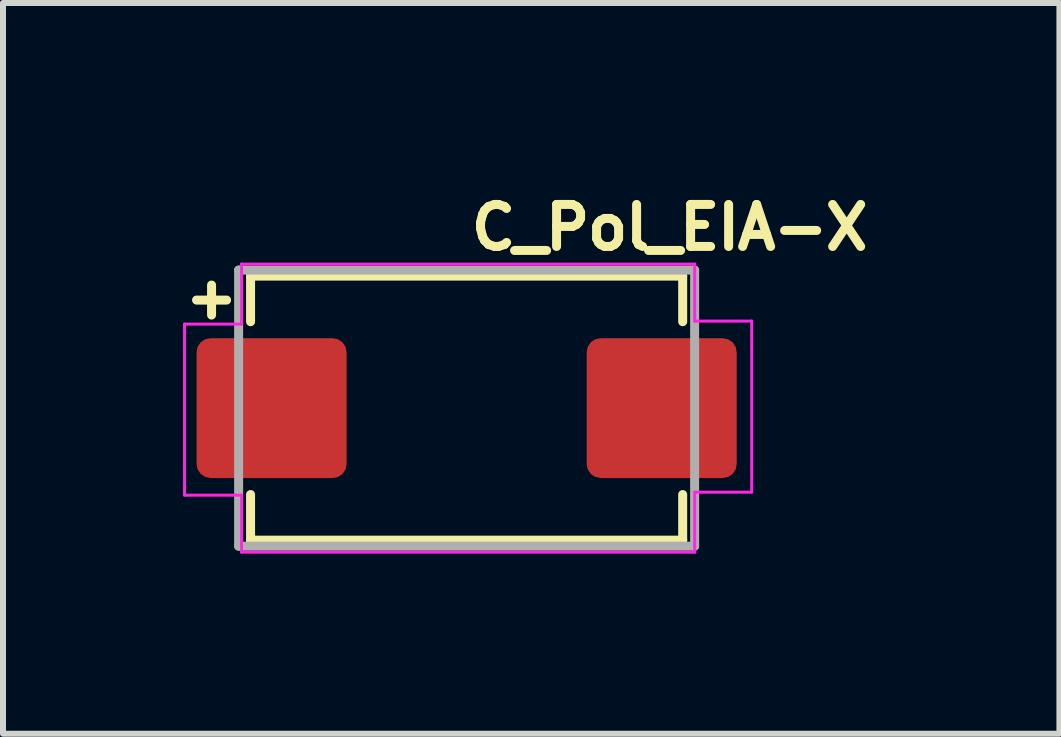
<source format=kicad_pcb>
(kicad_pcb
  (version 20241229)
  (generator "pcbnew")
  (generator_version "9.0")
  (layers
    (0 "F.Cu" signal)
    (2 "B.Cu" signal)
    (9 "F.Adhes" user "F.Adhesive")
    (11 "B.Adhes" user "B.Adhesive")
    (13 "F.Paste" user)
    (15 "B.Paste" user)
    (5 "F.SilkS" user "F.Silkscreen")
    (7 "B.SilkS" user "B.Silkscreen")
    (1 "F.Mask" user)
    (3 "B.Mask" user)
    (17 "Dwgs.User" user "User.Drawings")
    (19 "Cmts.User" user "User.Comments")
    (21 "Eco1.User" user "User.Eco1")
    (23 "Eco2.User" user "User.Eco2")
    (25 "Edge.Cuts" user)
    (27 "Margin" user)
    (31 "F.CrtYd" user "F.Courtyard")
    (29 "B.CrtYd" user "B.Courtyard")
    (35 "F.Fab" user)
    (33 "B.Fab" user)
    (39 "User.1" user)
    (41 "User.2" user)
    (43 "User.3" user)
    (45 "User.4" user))
  (footprint "C_Pol_EIA-X"
    (layer "F.Cu")
    (at 4.725 3.75)
    (property "Reference" "C_Pol_EIA-X" (at 0 -2.6 0) (layer "F.SilkS") (effects (font (size 0.7 0.7) (thickness 0.15)) (justify left bottom)))
    (attr smd)
    (fp_line (start -4.5 -1.8) (end -4 -1.8) (stroke (width 0.15) (type solid)) (layer "F.SilkS"))
    (fp_line (start -4.25 -2.05) (end -4.25 -1.551) (stroke (width 0.15) (type solid)) (layer "F.SilkS"))
    (fp_line (start -3.6 -2.2) (end 3.6 -2.2) (stroke (width 0.15) (type solid)) (layer "F.SilkS"))
    (fp_line (start -3.6 -1.44) (end -3.6 -2.2) (stroke (width 0.15) (type solid)) (layer "F.SilkS"))
    (fp_line (start -3.6 2.2) (end -3.6 1.44) (stroke (width 0.15) (type solid)) (layer "F.SilkS"))
    (fp_line (start -3.6 2.2) (end 3.6 2.2) (stroke (width 0.15) (type solid)) (layer "F.SilkS"))
    (fp_line (start 3.6 -1.44) (end 3.6 -2.2) (stroke (width 0.15) (type solid)) (layer "F.SilkS"))
    (fp_line (start 3.6 2.2) (end 3.6 1.44) (stroke (width 0.15) (type solid)) (layer "F.SilkS"))
    (fp_line (start -4.7 -1.4) (end -4.7 1.45) (stroke (width 0.05) (type solid)) (layer "F.CrtYd"))
    (fp_line (start -4.7 -1.4) (end -3.75 -1.4) (stroke (width 0.05) (type solid)) (layer "F.CrtYd"))
    (fp_line (start -3.75 -2.4) (end -3.75 -1.4) (stroke (width 0.05) (type solid)) (layer "F.CrtYd"))
    (fp_line (start -3.75 -2.4) (end 3.8 -2.4) (stroke (width 0.05) (type solid)) (layer "F.CrtYd"))
    (fp_line (start -3.75 1.45) (end -4.7 1.45) (stroke (width 0.05) (type solid)) (layer "F.CrtYd"))
    (fp_line (start -3.75 1.45) (end -3.75 2.4) (stroke (width 0.05) (type solid)) (layer "F.CrtYd"))
    (fp_line (start -3.75 2.4) (end 3.8 2.4) (stroke (width 0.05) (type solid)) (layer "F.CrtYd"))
    (fp_line (start 3.8 -1.45) (end 3.8 -2.4) (stroke (width 0.05) (type solid)) (layer "F.CrtYd"))
    (fp_line (start 3.8 -1.45) (end 4.75 -1.45) (stroke (width 0.05) (type solid)) (layer "F.CrtYd"))
    (fp_line (start 3.8 2.4) (end 3.8 1.4) (stroke (width 0.05) (type solid)) (layer "F.CrtYd"))
    (fp_line (start 4.75 1.4) (end 3.8 1.4) (stroke (width 0.05) (type solid)) (layer "F.CrtYd"))
    (fp_line (start 4.75 1.4) (end 4.75 -1.45) (stroke (width 0.05) (type solid)) (layer "F.CrtYd"))
    (fp_line (start -3.799 -2.3) (end 3.799 -2.3) (stroke (width 0.15) (type solid)) (layer "F.Fab"))
    (fp_line (start -3.799 2.3) (end -3.799 -2.3) (stroke (width 0.15) (type solid)) (layer "F.Fab"))
    (fp_line (start 3.799 -2.3) (end 3.799 2.3) (stroke (width 0.15) (type solid)) (layer "F.Fab"))
    (fp_line (start 3.799 2.3) (end -3.799 2.3) (stroke (width 0.15) (type solid)) (layer "F.Fab"))
    (fp_rect (start -3.65 -2.149) (end 3.65 2.149) (stroke (width 0.1) (type solid)) (fill no) (layer "User.5"))
    (fp_line (start -3.65 -1.2) (end -3.549 -1.2) (stroke (width 0.02) (type solid)) (layer "User.9"))
    (fp_line (start -3.65 -0.5) (end -3.65 -1.2) (stroke (width 0.02) (type solid)) (layer "User.9"))
    (fp_line (start -3.65 -0.5) (end -3.65 0.5) (stroke (width 0.02) (type solid)) (layer "User.9"))
    (fp_line (start -3.65 0.5) (end -3.549 0.5) (stroke (width 0.02) (type solid)) (layer "User.9"))
    (fp_line (start -3.65 1.05) (end -3.65 0.5) (stroke (width 0.02) (type solid)) (layer "User.9"))
    (fp_line (start -3.549 -1.2) (end -3.52 -1.2) (stroke (width 0.02) (type solid)) (layer "User.9"))
    (fp_line (start -3.549 -0.5) (end -3.65 -0.5) (stroke (width 0.02) (type solid)) (layer "User.9"))
    (fp_line (start -3.549 1.05) (end -3.65 1.05) (stroke (width 0.02) (type solid)) (layer "User.9"))
    (fp_line (start -3.52 -1.2) (end -3.519 -1.2) (stroke (width 0.02) (type solid)) (layer "User.9"))
    (fp_line (start -3.52 -0.5) (end -3.549 -0.5) (stroke (width 0.02) (type solid)) (layer "User.9"))
    (fp_line (start -3.52 -0.5) (end -3.52 -1.2) (stroke (width 0.02) (type solid)) (layer "User.9"))
    (fp_line (start -3.52 -0.5) (end -3.519 -0.5) (stroke (width 0.02) (type solid)) (layer "User.9"))
    (fp_line (start -3.52 0.5) (end -3.549 0.5) (stroke (width 0.02) (type solid)) (layer "User.9"))
    (fp_line (start -3.52 0.5) (end -3.52 -0.5) (stroke (width 0.02) (type solid)) (layer "User.9"))
    (fp_line (start -3.52 1.05) (end -3.549 1.05) (stroke (width 0.02) (type solid)) (layer "User.9"))
    (fp_line (start -3.52 1.05) (end -3.52 0.5) (stroke (width 0.02) (type solid)) (layer "User.9"))
    (fp_line (start -3.519 -2.105) (end -3.519 -2.102) (stroke (width 0.02) (type solid)) (layer "User.9"))
    (fp_line (start -3.519 -2.102) (end -3.519 -2.099) (stroke (width 0.02) (type solid)) (layer "User.9"))
    (fp_line (start -3.519 0.5) (end -3.52 0.5) (stroke (width 0.02) (type solid)) (layer "User.9"))
    (fp_line (start -3.519 1.05) (end -3.52 1.05) (stroke (width 0.02) (type solid)) (layer "User.9"))
    (fp_line (start -3.519 2.099) (end -3.519 -2.099) (stroke (width 0.02) (type solid)) (layer "User.9"))
    (fp_line (start -3.519 2.099) (end -3.519 2.102) (stroke (width 0.02) (type solid)) (layer "User.9"))
    (fp_line (start -3.519 2.102) (end -3.519 2.105) (stroke (width 0.02) (type solid)) (layer "User.9"))
    (fp_line (start -3.519 2.105) (end -3.518 2.108) (stroke (width 0.02) (type solid)) (layer "User.9"))
    (fp_line (start -3.518 -2.111) (end -3.518 -2.108) (stroke (width 0.02) (type solid)) (layer "User.9"))
    (fp_line (start -3.518 -2.108) (end -3.519 -2.105) (stroke (width 0.02) (type solid)) (layer "User.9"))
    (fp_line (start -3.518 -2.108) (end -3.518 -2.105) (stroke (width 0.02) (type solid)) (layer "User.9"))
    (fp_line (start -3.518 -2.105) (end -3.518 -2.102) (stroke (width 0.02) (type solid)) (layer "User.9"))
    (fp_line (start -3.518 -2.102) (end -3.518 -2.099) (stroke (width 0.02) (type solid)) (layer "User.9"))
    (fp_line (start -3.518 2.099) (end -3.518 2.102) (stroke (width 0.02) (type solid)) (layer "User.9"))
    (fp_line (start -3.518 2.102) (end -3.518 2.105) (stroke (width 0.02) (type solid)) (layer "User.9"))
    (fp_line (start -3.518 2.105) (end -3.518 2.108) (stroke (width 0.02) (type solid)) (layer "User.9"))
    (fp_line (start -3.518 2.108) (end -3.518 2.111) (stroke (width 0.02) (type solid)) (layer "User.9"))
    (fp_line (start -3.518 2.108) (end -3.517 2.111) (stroke (width 0.02) (type solid)) (layer "User.9"))
    (fp_line (start -3.518 2.111) (end -3.517 2.113) (stroke (width 0.02) (type solid)) (layer "User.9"))
    (fp_line (start -3.517 -2.113) (end -3.518 -2.111) (stroke (width 0.02) (type solid)) (layer "User.9"))
    (fp_line (start -3.517 -2.113) (end -3.517 -2.111) (stroke (width 0.02) (type solid)) (layer "User.9"))
    (fp_line (start -3.517 -2.111) (end -3.518 -2.108) (stroke (width 0.02) (type solid)) (layer "User.9"))
    (fp_line (start -3.517 2.111) (end -3.517 2.113) (stroke (width 0.02) (type solid)) (layer "User.9"))
    (fp_line (start -3.517 2.113) (end -3.516 2.116) (stroke (width 0.02) (type solid)) (layer "User.9"))
    (fp_line (start -3.517 2.113) (end -3.516 2.116) (stroke (width 0.02) (type solid)) (layer "User.9"))
    (fp_line (start -3.516 -2.116) (end -3.517 -2.113) (stroke (width 0.02) (type solid)) (layer "User.9"))
    (fp_line (start -3.516 -2.116) (end -3.517 -2.113) (stroke (width 0.02) (type solid)) (layer "User.9"))
    (fp_line (start -3.516 2.116) (end -3.515 2.119) (stroke (width 0.02) (type solid)) (layer "User.9"))
    (fp_line (start -3.516 2.116) (end -3.515 2.119) (stroke (width 0.02) (type solid)) (layer "User.9"))
    (fp_line (start -3.515 -2.119) (end -3.516 -2.116) (stroke (width 0.02) (type solid)) (layer "User.9"))
    (fp_line (start -3.515 -2.119) (end -3.516 -2.116) (stroke (width 0.02) (type solid)) (layer "User.9"))
    (fp_line (start -3.515 2.119) (end -3.514 2.121) (stroke (width 0.02) (type solid)) (layer "User.9"))
    (fp_line (start -3.515 2.119) (end -3.514 2.121) (stroke (width 0.02) (type solid)) (layer "User.9"))
    (fp_line (start -3.514 -2.121) (end -3.515 -2.119) (stroke (width 0.02) (type solid)) (layer "User.9"))
    (fp_line (start -3.514 -2.121) (end -3.515 -2.119) (stroke (width 0.02) (type solid)) (layer "User.9"))
    (fp_line (start -3.514 2.121) (end -3.512 2.124) (stroke (width 0.02) (type solid)) (layer "User.9"))
    (fp_line (start -3.514 2.121) (end -3.512 2.124) (stroke (width 0.02) (type solid)) (layer "User.9"))
    (fp_line (start -3.512 -2.124) (end -3.514 -2.121) (stroke (width 0.02) (type solid)) (layer "User.9"))
    (fp_line (start -3.512 -2.124) (end -3.514 -2.121) (stroke (width 0.02) (type solid)) (layer "User.9"))
    (fp_line (start -3.512 2.124) (end -3.511 2.126) (stroke (width 0.02) (type solid)) (layer "User.9"))
    (fp_line (start -3.512 2.124) (end -3.511 2.126) (stroke (width 0.02) (type solid)) (layer "User.9"))
    (fp_line (start -3.511 -2.126) (end -3.512 -2.124) (stroke (width 0.02) (type solid)) (layer "User.9"))
    (fp_line (start -3.511 -2.126) (end -3.512 -2.124) (stroke (width 0.02) (type solid)) (layer "User.9"))
    (fp_line (start -3.511 2.126) (end -3.509 2.129) (stroke (width 0.02) (type solid)) (layer "User.9"))
    (fp_line (start -3.511 2.126) (end -3.509 2.129) (stroke (width 0.02) (type solid)) (layer "User.9"))
    (fp_line (start -3.509 -2.129) (end -3.511 -2.126) (stroke (width 0.02) (type solid)) (layer "User.9"))
    (fp_line (start -3.509 -2.129) (end -3.511 -2.126) (stroke (width 0.02) (type solid)) (layer "User.9"))
    (fp_line (start -3.509 2.129) (end -3.508 2.131) (stroke (width 0.02) (type solid)) (layer "User.9"))
    (fp_line (start -3.509 2.129) (end -3.507 2.131) (stroke (width 0.02) (type solid)) (layer "User.9"))
    (fp_line (start -3.508 -2.131) (end -3.509 -2.129) (stroke (width 0.02) (type solid)) (layer "User.9"))
    (fp_line (start -3.508 2.131) (end -3.506 2.133) (stroke (width 0.02) (type solid)) (layer "User.9"))
    (fp_line (start -3.507 -2.131) (end -3.509 -2.129) (stroke (width 0.02) (type solid)) (layer "User.9"))
    (fp_line (start -3.507 2.131) (end -3.506 2.133) (stroke (width 0.02) (type solid)) (layer "User.9"))
    (fp_line (start -3.506 -2.133) (end -3.508 -2.131) (stroke (width 0.02) (type solid)) (layer "User.9"))
    (fp_line (start -3.506 -2.133) (end -3.507 -2.131) (stroke (width 0.02) (type solid)) (layer "User.9"))
    (fp_line (start -3.506 2.133) (end -3.504 2.135) (stroke (width 0.02) (type solid)) (layer "User.9"))
    (fp_line (start -3.506 2.133) (end -3.504 2.135) (stroke (width 0.02) (type solid)) (layer "User.9"))
    (fp_line (start -3.504 -2.135) (end -3.506 -2.133) (stroke (width 0.02) (type solid)) (layer "User.9"))
    (fp_line (start -3.504 -2.135) (end -3.506 -2.133) (stroke (width 0.02) (type solid)) (layer "User.9"))
    (fp_line (start -3.504 2.135) (end -3.501 2.137) (stroke (width 0.02) (type solid)) (layer "User.9"))
    (fp_line (start -3.504 2.135) (end -3.501 2.137) (stroke (width 0.02) (type solid)) (layer "User.9"))
    (fp_line (start -3.501 -2.137) (end -3.504 -2.135) (stroke (width 0.02) (type solid)) (layer "User.9"))
    (fp_line (start -3.501 -2.137) (end -3.504 -2.135) (stroke (width 0.02) (type solid)) (layer "User.9"))
    (fp_line (start -3.501 2.137) (end -3.499 2.139) (stroke (width 0.02) (type solid)) (layer "User.9"))
    (fp_line (start -3.501 2.137) (end -3.499 2.139) (stroke (width 0.02) (type solid)) (layer "User.9"))
    (fp_line (start -3.499 -2.139) (end -3.501 -2.137) (stroke (width 0.02) (type solid)) (layer "User.9"))
    (fp_line (start -3.499 -2.139) (end -3.501 -2.137) (stroke (width 0.02) (type solid)) (layer "User.9"))
    (fp_line (start -3.499 -2.139) (end -3.499 -2.139) (stroke (width 0.02) (type solid)) (layer "User.9"))
    (fp_line (start -3.499 2.139) (end -3.499 2.139) (stroke (width 0.02) (type solid)) (layer "User.9"))
    (fp_line (start -3.499 2.139) (end -3.497 2.14) (stroke (width 0.02) (type solid)) (layer "User.9"))
    (fp_line (start -3.497 -2.14) (end -3.499 -2.139) (stroke (width 0.02) (type solid)) (layer "User.9"))
    (fp_line (start -3.497 2.14) (end -3.496 2.141) (stroke (width 0.02) (type solid)) (layer "User.9"))
    (fp_line (start -3.496 -2.141) (end -3.497 -2.14) (stroke (width 0.02) (type solid)) (layer "User.9"))
    (fp_line (start -3.496 2.141) (end -3.494 2.142) (stroke (width 0.02) (type solid)) (layer "User.9"))
    (fp_line (start -3.494 -2.142) (end -3.496 -2.141) (stroke (width 0.02) (type solid)) (layer "User.9"))
    (fp_line (start -3.494 2.142) (end -3.492 2.143) (stroke (width 0.02) (type solid)) (layer "User.9"))
    (fp_line (start -3.492 -2.143) (end -3.494 -2.142) (stroke (width 0.02) (type solid)) (layer "User.9"))
    (fp_line (start -3.492 2.143) (end -3.49 2.144) (stroke (width 0.02) (type solid)) (layer "User.9"))
    (fp_line (start -3.49 -2.144) (end -3.492 -2.143) (stroke (width 0.02) (type solid)) (layer "User.9"))
    (fp_line (start -3.49 2.144) (end -3.488 2.145) (stroke (width 0.02) (type solid)) (layer "User.9"))
    (fp_line (start -3.488 -2.145) (end -3.49 -2.144) (stroke (width 0.02) (type solid)) (layer "User.9"))
    (fp_line (start -3.488 2.145) (end -3.487 2.146) (stroke (width 0.02) (type solid)) (layer "User.9"))
    (fp_line (start -3.487 -2.146) (end -3.488 -2.145) (stroke (width 0.02) (type solid)) (layer "User.9"))
    (fp_line (start -3.487 2.146) (end -3.485 2.147) (stroke (width 0.02) (type solid)) (layer "User.9"))
    (fp_line (start -3.485 -2.147) (end -3.487 -2.146) (stroke (width 0.02) (type solid)) (layer "User.9"))
    (fp_line (start -3.485 2.147) (end -3.483 2.147) (stroke (width 0.02) (type solid)) (layer "User.9"))
    (fp_line (start -3.483 -2.147) (end -3.485 -2.147) (stroke (width 0.02) (type solid)) (layer "User.9"))
    (fp_line (start -3.483 2.147) (end -3.481 2.148) (stroke (width 0.02) (type solid)) (layer "User.9"))
    (fp_line (start -3.481 -2.148) (end -3.483 -2.147) (stroke (width 0.02) (type solid)) (layer "User.9"))
    (fp_line (start -3.481 2.148) (end -3.479 2.148) (stroke (width 0.02) (type solid)) (layer "User.9"))
    (fp_line (start -3.479 -2.148) (end -3.481 -2.148) (stroke (width 0.02) (type solid)) (layer "User.9"))
    (fp_line (start -3.479 2.148) (end -3.477 2.148) (stroke (width 0.02) (type solid)) (layer "User.9"))
    (fp_line (start -3.477 -2.148) (end -3.479 -2.148) (stroke (width 0.02) (type solid)) (layer "User.9"))
    (fp_line (start -3.477 2.148) (end -3.475 2.149) (stroke (width 0.02) (type solid)) (layer "User.9"))
    (fp_line (start -3.475 -2.149) (end -3.477 -2.148) (stroke (width 0.02) (type solid)) (layer "User.9"))
    (fp_line (start -3.475 2.149) (end -3.473 2.149) (stroke (width 0.02) (type solid)) (layer "User.9"))
    (fp_line (start -3.473 -2.149) (end -3.475 -2.149) (stroke (width 0.02) (type solid)) (layer "User.9"))
    (fp_line (start -3.473 2.149) (end -3.471 2.149) (stroke (width 0.02) (type solid)) (layer "User.9"))
    (fp_line (start -3.471 -2.149) (end -3.473 -2.149) (stroke (width 0.02) (type solid)) (layer "User.9"))
    (fp_line (start -3.471 2.149) (end -3.469 2.149) (stroke (width 0.02) (type solid)) (layer "User.9"))
    (fp_line (start -3.469 -2.149) (end -3.471 -2.149) (stroke (width 0.02) (type solid)) (layer "User.9"))
    (fp_line (start 3.469 -2.149) (end -3.469 -2.149) (stroke (width 0.02) (type solid)) (layer "User.9"))
    (fp_line (start 3.469 2.149) (end -3.469 2.149) (stroke (width 0.02) (type solid)) (layer "User.9"))
    (fp_line (start 3.469 2.149) (end 3.471 2.149) (stroke (width 0.02) (type solid)) (layer "User.9"))
    (fp_line (start 3.471 -2.149) (end 3.469 -2.149) (stroke (width 0.02) (type solid)) (layer "User.9"))
    (fp_line (start 3.471 2.149) (end 3.473 2.149) (stroke (width 0.02) (type solid)) (layer "User.9"))
    (fp_line (start 3.473 -2.149) (end 3.471 -2.149) (stroke (width 0.02) (type solid)) (layer "User.9"))
    (fp_line (start 3.473 2.149) (end 3.475 2.149) (stroke (width 0.02) (type solid)) (layer "User.9"))
    (fp_line (start 3.475 -2.149) (end 3.473 -2.149) (stroke (width 0.02) (type solid)) (layer "User.9"))
    (fp_line (start 3.475 2.149) (end 3.477 2.149) (stroke (width 0.02) (type solid)) (layer "User.9"))
    (fp_line (start 3.477 -2.149) (end 3.475 -2.149) (stroke (width 0.02) (type solid)) (layer "User.9"))
    (fp_line (start 3.477 2.149) (end 3.479 2.148) (stroke (width 0.02) (type solid)) (layer "User.9"))
    (fp_line (start 3.479 -2.148) (end 3.477 -2.149) (stroke (width 0.02) (type solid)) (layer "User.9"))
    (fp_line (start 3.479 2.148) (end 3.48 2.148) (stroke (width 0.02) (type solid)) (layer "User.9"))
    (fp_line (start 3.48 -2.148) (end 3.479 -2.148) (stroke (width 0.02) (type solid)) (layer "User.9"))
    (fp_line (start 3.48 2.148) (end 3.482 2.147) (stroke (width 0.02) (type solid)) (layer "User.9"))
    (fp_line (start 3.482 -2.147) (end 3.48 -2.148) (stroke (width 0.02) (type solid)) (layer "User.9"))
    (fp_line (start 3.482 2.147) (end 3.484 2.147) (stroke (width 0.02) (type solid)) (layer "User.9"))
    (fp_line (start 3.484 -2.147) (end 3.482 -2.147) (stroke (width 0.02) (type solid)) (layer "User.9"))
    (fp_line (start 3.484 2.147) (end 3.486 2.146) (stroke (width 0.02) (type solid)) (layer "User.9"))
    (fp_line (start 3.486 -2.146) (end 3.484 -2.147) (stroke (width 0.02) (type solid)) (layer "User.9"))
    (fp_line (start 3.486 2.146) (end 3.488 2.145) (stroke (width 0.02) (type solid)) (layer "User.9"))
    (fp_line (start 3.488 -2.145) (end 3.486 -2.146) (stroke (width 0.02) (type solid)) (layer "User.9"))
    (fp_line (start 3.488 2.145) (end 3.49 2.145) (stroke (width 0.02) (type solid)) (layer "User.9"))
    (fp_line (start 3.49 -2.145) (end 3.488 -2.145) (stroke (width 0.02) (type solid)) (layer "User.9"))
    (fp_line (start 3.49 2.145) (end 3.491 2.144) (stroke (width 0.02) (type solid)) (layer "User.9"))
    (fp_line (start 3.491 -2.144) (end 3.49 -2.145) (stroke (width 0.02) (type solid)) (layer "User.9"))
    (fp_line (start 3.491 2.144) (end 3.493 2.143) (stroke (width 0.02) (type solid)) (layer "User.9"))
    (fp_line (start 3.493 -2.143) (end 3.491 -2.144) (stroke (width 0.02) (type solid)) (layer "User.9"))
    (fp_line (start 3.493 2.143) (end 3.495 2.142) (stroke (width 0.02) (type solid)) (layer "User.9"))
    (fp_line (start 3.495 -2.142) (end 3.493 -2.143) (stroke (width 0.02) (type solid)) (layer "User.9"))
    (fp_line (start 3.495 2.142) (end 3.496 2.141) (stroke (width 0.02) (type solid)) (layer "User.9"))
    (fp_line (start 3.496 -2.141) (end 3.495 -2.142) (stroke (width 0.02) (type solid)) (layer "User.9"))
    (fp_line (start 3.496 2.141) (end 3.498 2.14) (stroke (width 0.02) (type solid)) (layer "User.9"))
    (fp_line (start 3.498 -2.14) (end 3.496 -2.141) (stroke (width 0.02) (type solid)) (layer "User.9"))
    (fp_line (start 3.498 -2.14) (end 3.498 -2.14) (stroke (width 0.02) (type solid)) (layer "User.9"))
    (fp_line (start 3.498 2.14) (end 3.498 2.14) (stroke (width 0.02) (type solid)) (layer "User.9"))
    (fp_line (start 3.498 2.14) (end 3.501 2.138) (stroke (width 0.02) (type solid)) (layer "User.9"))
    (fp_line (start 3.498 2.14) (end 3.501 2.138) (stroke (width 0.02) (type solid)) (layer "User.9"))
    (fp_line (start 3.501 -2.138) (end 3.498 -2.14) (stroke (width 0.02) (type solid)) (layer "User.9"))
    (fp_line (start 3.501 -2.138) (end 3.498 -2.14) (stroke (width 0.02) (type solid)) (layer "User.9"))
    (fp_line (start 3.501 2.138) (end 3.503 2.136) (stroke (width 0.02) (type solid)) (layer "User.9"))
    (fp_line (start 3.501 2.138) (end 3.503 2.136) (stroke (width 0.02) (type solid)) (layer "User.9"))
    (fp_line (start 3.503 -2.136) (end 3.501 -2.138) (stroke (width 0.02) (type solid)) (layer "User.9"))
    (fp_line (start 3.503 -2.136) (end 3.501 -2.138) (stroke (width 0.02) (type solid)) (layer "User.9"))
    (fp_line (start 3.503 2.136) (end 3.505 2.134) (stroke (width 0.02) (type solid)) (layer "User.9"))
    (fp_line (start 3.503 2.136) (end 3.505 2.134) (stroke (width 0.02) (type solid)) (layer "User.9"))
    (fp_line (start 3.505 -2.134) (end 3.503 -2.136) (stroke (width 0.02) (type solid)) (layer "User.9"))
    (fp_line (start 3.505 -2.134) (end 3.503 -2.136) (stroke (width 0.02) (type solid)) (layer "User.9"))
    (fp_line (start 3.505 2.134) (end 3.507 2.131) (stroke (width 0.02) (type solid)) (layer "User.9"))
    (fp_line (start 3.505 2.134) (end 3.507 2.132) (stroke (width 0.02) (type solid)) (layer "User.9"))
    (fp_line (start 3.507 -2.132) (end 3.505 -2.134) (stroke (width 0.02) (type solid)) (layer "User.9"))
    (fp_line (start 3.507 -2.131) (end 3.505 -2.134) (stroke (width 0.02) (type solid)) (layer "User.9"))
    (fp_line (start 3.507 2.131) (end 3.509 2.129) (stroke (width 0.02) (type solid)) (layer "User.9"))
    (fp_line (start 3.507 2.132) (end 3.509 2.129) (stroke (width 0.02) (type solid)) (layer "User.9"))
    (fp_line (start 3.509 -2.129) (end 3.507 -2.132) (stroke (width 0.02) (type solid)) (layer "User.9"))
    (fp_line (start 3.509 -2.129) (end 3.507 -2.131) (stroke (width 0.02) (type solid)) (layer "User.9"))
    (fp_line (start 3.509 2.129) (end 3.51 2.127) (stroke (width 0.02) (type solid)) (layer "User.9"))
    (fp_line (start 3.509 2.129) (end 3.511 2.127) (stroke (width 0.02) (type solid)) (layer "User.9"))
    (fp_line (start 3.51 -2.127) (end 3.509 -2.129) (stroke (width 0.02) (type solid)) (layer "User.9"))
    (fp_line (start 3.51 2.127) (end 3.512 2.124) (stroke (width 0.02) (type solid)) (layer "User.9"))
    (fp_line (start 3.511 -2.127) (end 3.509 -2.129) (stroke (width 0.02) (type solid)) (layer "User.9"))
    (fp_line (start 3.511 2.127) (end 3.512 2.124) (stroke (width 0.02) (type solid)) (layer "User.9"))
    (fp_line (start 3.512 -2.124) (end 3.51 -2.127) (stroke (width 0.02) (type solid)) (layer "User.9"))
    (fp_line (start 3.512 -2.124) (end 3.511 -2.127) (stroke (width 0.02) (type solid)) (layer "User.9"))
    (fp_line (start 3.512 2.124) (end 3.513 2.122) (stroke (width 0.02) (type solid)) (layer "User.9"))
    (fp_line (start 3.512 2.124) (end 3.514 2.122) (stroke (width 0.02) (type solid)) (layer "User.9"))
    (fp_line (start 3.513 -2.122) (end 3.512 -2.124) (stroke (width 0.02) (type solid)) (layer "User.9"))
    (fp_line (start 3.513 2.122) (end 3.514 2.119) (stroke (width 0.02) (type solid)) (layer "User.9"))
    (fp_line (start 3.514 -2.122) (end 3.512 -2.124) (stroke (width 0.02) (type solid)) (layer "User.9"))
    (fp_line (start 3.514 -2.119) (end 3.513 -2.122) (stroke (width 0.02) (type solid)) (layer "User.9"))
    (fp_line (start 3.514 2.119) (end 3.516 2.116) (stroke (width 0.02) (type solid)) (layer "User.9"))
    (fp_line (start 3.514 2.122) (end 3.515 2.119) (stroke (width 0.02) (type solid)) (layer "User.9"))
    (fp_line (start 3.515 -2.119) (end 3.514 -2.122) (stroke (width 0.02) (type solid)) (layer "User.9"))
    (fp_line (start 3.515 2.119) (end 3.516 2.116) (stroke (width 0.02) (type solid)) (layer "User.9"))
    (fp_line (start 3.516 -2.116) (end 3.514 -2.119) (stroke (width 0.02) (type solid)) (layer "User.9"))
    (fp_line (start 3.516 -2.116) (end 3.515 -2.119) (stroke (width 0.02) (type solid)) (layer "User.9"))
    (fp_line (start 3.516 -2.114) (end 3.516 -2.116) (stroke (width 0.02) (type solid)) (layer "User.9"))
    (fp_line (start 3.516 2.114) (end 3.517 2.111) (stroke (width 0.02) (type solid)) (layer "User.9"))
    (fp_line (start 3.516 2.116) (end 3.516 2.114) (stroke (width 0.02) (type solid)) (layer "User.9"))
    (fp_line (start 3.516 2.116) (end 3.517 2.114) (stroke (width 0.02) (type solid)) (layer "User.9"))
    (fp_line (start 3.517 -2.114) (end 3.516 -2.116) (stroke (width 0.02) (type solid)) (layer "User.9"))
    (fp_line (start 3.517 -2.111) (end 3.516 -2.114) (stroke (width 0.02) (type solid)) (layer "User.9"))
    (fp_line (start 3.517 2.111) (end 3.518 2.108) (stroke (width 0.02) (type solid)) (layer "User.9"))
    (fp_line (start 3.517 2.114) (end 3.518 2.111) (stroke (width 0.02) (type solid)) (layer "User.9"))
    (fp_line (start 3.518 -2.111) (end 3.517 -2.114) (stroke (width 0.02) (type solid)) (layer "User.9"))
    (fp_line (start 3.518 -2.108) (end 3.517 -2.111) (stroke (width 0.02) (type solid)) (layer "User.9"))
    (fp_line (start 3.518 -2.108) (end 3.518 -2.111) (stroke (width 0.02) (type solid)) (layer "User.9"))
    (fp_line (start 3.518 -2.105) (end 3.518 -2.108) (stroke (width 0.02) (type solid)) (layer "User.9"))
    (fp_line (start 3.518 -2.102) (end 3.518 -2.105) (stroke (width 0.02) (type solid)) (layer "User.9"))
    (fp_line (start 3.518 -2.099) (end 3.518 -2.102) (stroke (width 0.02) (type solid)) (layer "User.9"))
    (fp_line (start 3.518 2.102) (end 3.518 2.099) (stroke (width 0.02) (type solid)) (layer "User.9"))
    (fp_line (start 3.518 2.105) (end 3.518 2.102) (stroke (width 0.02) (type solid)) (layer "User.9"))
    (fp_line (start 3.518 2.108) (end 3.518 2.105) (stroke (width 0.02) (type solid)) (layer "User.9"))
    (fp_line (start 3.518 2.108) (end 3.519 2.105) (stroke (width 0.02) (type solid)) (layer "User.9"))
    (fp_line (start 3.518 2.111) (end 3.518 2.108) (stroke (width 0.02) (type solid)) (layer "User.9"))
    (fp_line (start 3.519 -2.105) (end 3.518 -2.108) (stroke (width 0.02) (type solid)) (layer "User.9"))
    (fp_line (start 3.519 -2.102) (end 3.519 -2.105) (stroke (width 0.02) (type solid)) (layer "User.9"))
    (fp_line (start 3.519 -2.099) (end 3.519 -2.102) (stroke (width 0.02) (type solid)) (layer "User.9"))
    (fp_line (start 3.519 -1.05) (end 3.52 -1.05) (stroke (width 0.02) (type solid)) (layer "User.9"))
    (fp_line (start 3.519 2.099) (end 3.519 -2.099) (stroke (width 0.02) (type solid)) (layer "User.9"))
    (fp_line (start 3.519 2.102) (end 3.519 2.099) (stroke (width 0.02) (type solid)) (layer "User.9"))
    (fp_line (start 3.519 2.105) (end 3.519 2.102) (stroke (width 0.02) (type solid)) (layer "User.9"))
    (fp_line (start 3.52 1.05) (end 3.519 1.05) (stroke (width 0.02) (type solid)) (layer "User.9"))
    (fp_line (start 3.52 1.05) (end 3.52 -1.05) (stroke (width 0.02) (type solid)) (layer "User.9"))
    (fp_line (start 3.549 -1.05) (end 3.52 -1.05) (stroke (width 0.02) (type solid)) (layer "User.9"))
    (fp_line (start 3.549 -1.05) (end 3.65 -1.05) (stroke (width 0.02) (type solid)) (layer "User.9"))
    (fp_line (start 3.549 1.05) (end 3.52 1.05) (stroke (width 0.02) (type solid)) (layer "User.9"))
    (fp_line (start 3.65 -1.05) (end 3.65 1.05) (stroke (width 0.02) (type solid)) (layer "User.9"))
    (fp_line (start 3.65 1.05) (end 3.549 1.05) (stroke (width 0.02) (type solid)) (layer "User.9"))
    (pad "1" smd roundrect (at -3.25 0) (size 2.5 2.33) (layers "F.Cu" "F.Mask" "F.Paste") (roundrect_rratio 0.1))
    (pad "2" smd roundrect (at 3.25 0) (size 2.5 2.33) (layers "F.Cu" "F.Mask" "F.Paste") (roundrect_rratio 0.1)))
  (gr_rect
    (start -3 -3)
    (end 14.602 9.175)
    (stroke (width 0.1) (type default))
    (fill no)
    (layer "Edge.Cuts")))
</source>
